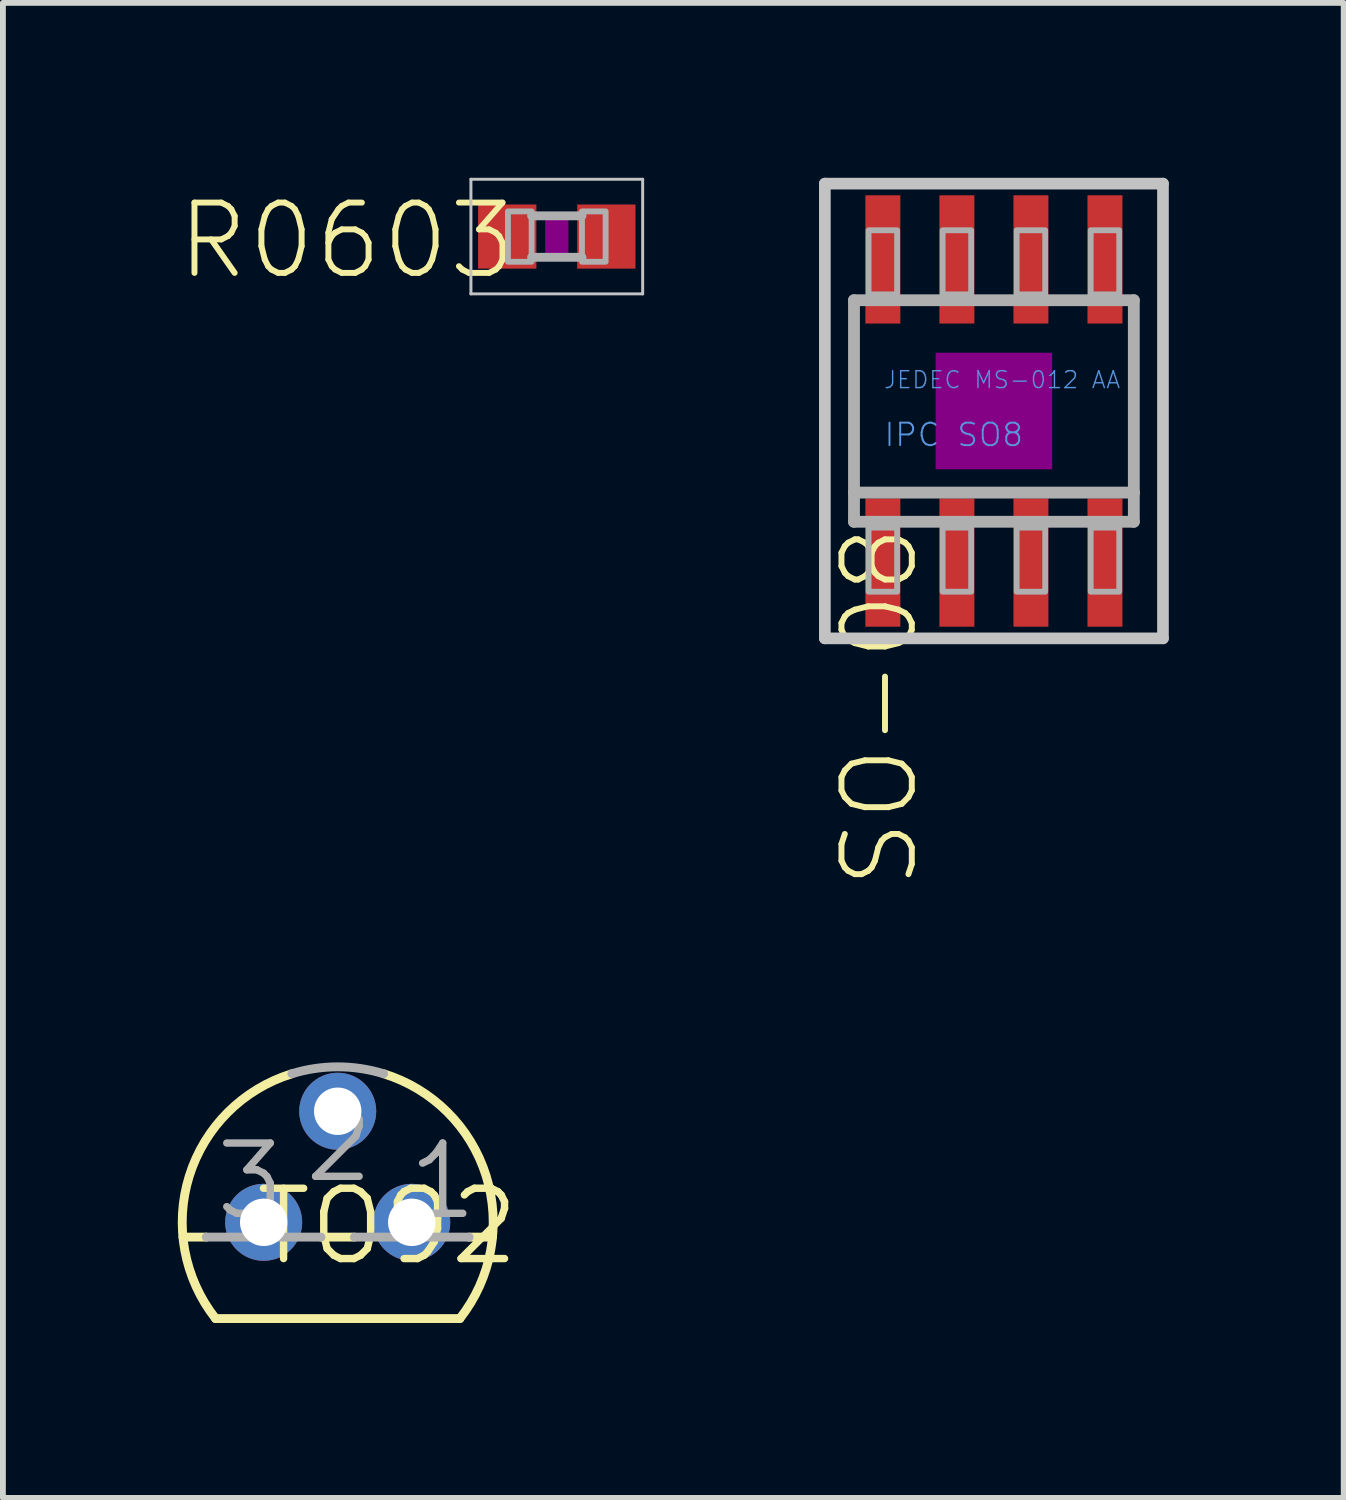
<source format=kicad_pcb>
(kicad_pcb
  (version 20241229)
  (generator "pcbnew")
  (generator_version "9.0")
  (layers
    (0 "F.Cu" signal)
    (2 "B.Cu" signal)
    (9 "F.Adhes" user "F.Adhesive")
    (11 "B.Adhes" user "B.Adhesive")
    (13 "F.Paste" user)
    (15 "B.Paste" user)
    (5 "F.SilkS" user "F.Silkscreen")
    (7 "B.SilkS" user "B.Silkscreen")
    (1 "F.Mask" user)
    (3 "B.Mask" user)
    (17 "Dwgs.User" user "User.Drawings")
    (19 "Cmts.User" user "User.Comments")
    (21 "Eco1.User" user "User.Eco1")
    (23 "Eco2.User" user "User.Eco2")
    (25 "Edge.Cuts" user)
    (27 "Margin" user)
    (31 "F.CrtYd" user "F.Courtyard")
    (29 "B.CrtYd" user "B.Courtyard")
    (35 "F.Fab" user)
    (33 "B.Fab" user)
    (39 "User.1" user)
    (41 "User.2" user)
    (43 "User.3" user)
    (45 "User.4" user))
  (footprint "SO-08"
    (layer "F.Cu")
    (at 13.999 4)
    (property "Reference" "SO-08" (at -2.667 1.905 90) (layer "F.SilkS") (effects (font (size 1.206 1.206) (thickness 0.102)) (justify right top)))
    (attr through_hole)
    (fp_poly (pts (xy -1 1) (xy 1 1) (xy 1 -1) (xy -1 -1)) (stroke (width 0) (type solid)) (fill yes) (layer "F.Adhes"))
    (fp_line (start -2.9 -3.9) (end 2.9 -3.9) (stroke (width 0.2) (type solid)) (layer "Dwgs.User"))
    (fp_line (start -2.9 3.9) (end -2.9 -3.9) (stroke (width 0.2) (type solid)) (layer "Dwgs.User"))
    (fp_line (start 2.9 -3.9) (end 2.9 3.9) (stroke (width 0.2) (type solid)) (layer "Dwgs.User"))
    (fp_line (start 2.9 3.9) (end -2.9 3.9) (stroke (width 0.2) (type solid)) (layer "Dwgs.User"))
    (fp_line (start -2.4 -1.9) (end 2.4 -1.9) (stroke (width 0.203) (type solid)) (layer "F.Fab"))
    (fp_line (start -2.4 1.4) (end -2.4 -1.9) (stroke (width 0.203) (type solid)) (layer "F.Fab"))
    (fp_line (start -2.4 1.9) (end -2.4 1.4) (stroke (width 0.203) (type solid)) (layer "F.Fab"))
    (fp_line (start 2.4 -1.9) (end 2.4 1.4) (stroke (width 0.203) (type solid)) (layer "F.Fab"))
    (fp_line (start 2.4 1.4) (end -2.4 1.4) (stroke (width 0.203) (type solid)) (layer "F.Fab"))
    (fp_line (start 2.4 1.4) (end 2.4 1.9) (stroke (width 0.203) (type solid)) (layer "F.Fab"))
    (fp_line (start 2.4 1.9) (end -2.4 1.9) (stroke (width 0.203) (type solid)) (layer "F.Fab"))
    (fp_poly (pts (xy -2.15 -2) (xy -1.66 -2) (xy -1.66 -3.1) (xy -2.15 -3.1)) (stroke (width 0.1) (type solid)) (fill no) (layer "F.Fab"))
    (fp_poly (pts (xy -2.15 3.1) (xy -1.66 3.1) (xy -1.66 2) (xy -2.15 2)) (stroke (width 0.1) (type solid)) (fill no) (layer "F.Fab"))
    (fp_poly (pts (xy -0.88 -2) (xy -0.39 -2) (xy -0.39 -3.1) (xy -0.88 -3.1)) (stroke (width 0.1) (type solid)) (fill no) (layer "F.Fab"))
    (fp_poly (pts (xy -0.88 3.1) (xy -0.39 3.1) (xy -0.39 2) (xy -0.88 2)) (stroke (width 0.1) (type solid)) (fill no) (layer "F.Fab"))
    (fp_poly (pts (xy 0.39 -2) (xy 0.88 -2) (xy 0.88 -3.1) (xy 0.39 -3.1)) (stroke (width 0.1) (type solid)) (fill no) (layer "F.Fab"))
    (fp_poly (pts (xy 0.39 3.1) (xy 0.88 3.1) (xy 0.88 2) (xy 0.39 2)) (stroke (width 0.1) (type solid)) (fill no) (layer "F.Fab"))
    (fp_poly (pts (xy 1.66 -2) (xy 2.15 -2) (xy 2.15 -3.1) (xy 1.66 -3.1)) (stroke (width 0.1) (type solid)) (fill no) (layer "F.Fab"))
    (fp_poly (pts (xy 1.66 3.1) (xy 2.15 3.1) (xy 2.15 2) (xy 1.66 2)) (stroke (width 0.1) (type solid)) (fill no) (layer "F.Fab"))
    (fp_text user "JEDEC MS-012 AA" (at -1.905 -0.365 0) (layer "Cmts.User") (effects (font (size 0.29 0.29) (thickness 0.024)) (justify left bottom)))
    (fp_text user "IPC SO8" (at -1.905 0.635 0) (layer "Cmts.User") (effects (font (size 0.386 0.386) (thickness 0.033)) (justify left bottom)))
    (pad "1" smd rect (at -1.905 2.6) (size 0.6 2.2) (layers "F.Cu" "F.Mask" "F.Paste"))
    (pad "2" smd rect (at -0.635 2.6) (size 0.6 2.2) (layers "F.Cu" "F.Mask" "F.Paste"))
    (pad "3" smd rect (at 0.635 2.6) (size 0.6 2.2) (layers "F.Cu" "F.Mask" "F.Paste"))
    (pad "4" smd rect (at 1.905 2.6) (size 0.6 2.2) (layers "F.Cu" "F.Mask" "F.Paste"))
    (pad "5" smd rect (at 1.905 -2.6) (size 0.6 2.2) (layers "F.Cu" "F.Mask" "F.Paste"))
    (pad "6" smd rect (at 0.635 -2.6) (size 0.6 2.2) (layers "F.Cu" "F.Mask" "F.Paste"))
    (pad "7" smd rect (at -0.635 -2.6) (size 0.6 2.2) (layers "F.Cu" "F.Mask" "F.Paste"))
    (pad "8" smd rect (at -1.905 -2.6) (size 0.6 2.2) (layers "F.Cu" "F.Mask" "F.Paste")))
  (footprint "TO92"
    (layer "F.Cu")
    (at 2.743 17.917)
    (property "Reference" "TO92" (at 3.175 -0.635 0) (layer "F.SilkS") (effects (font (size 1.206 1.206) (thickness 0.127)) (justify right top)))
    (attr through_hole)
    (fp_line (start -2.655 0.254) (end -2.254 0.254) (stroke (width 0.152) (type solid)) (layer "F.SilkS"))
    (fp_line (start -2.095 1.651) (end 2.095 1.651) (stroke (width 0.152) (type solid)) (layer "F.SilkS"))
    (fp_line (start -0.286 0.254) (end 0.286 0.254) (stroke (width 0.152) (type solid)) (layer "F.SilkS"))
    (fp_line (start 2.254 0.254) (end 2.655 0.254) (stroke (width 0.152) (type solid)) (layer "F.SilkS"))
    (fp_arc (start -2.0946 1.651) (mid -2.54634 -0.793276) (end -0.7863 -2.5485) (stroke (width 0.1524) (type solid)) (layer "F.SilkS"))
    (fp_arc (start 0.7868 -2.5484) (mid 2.546775 -0.793203) (end 2.094999 1.651) (stroke (width 0.1524) (type solid)) (layer "F.SilkS"))
    (fp_line (start -2.254 0.254) (end -0.286 0.254) (stroke (width 0.152) (type solid)) (layer "F.Fab"))
    (fp_line (start 0.286 0.254) (end 2.254 0.254) (stroke (width 0.152) (type solid)) (layer "F.Fab"))
    (fp_arc (start -0.7863 -2.5485) (mid 0 -2.667043) (end 0.7863 -2.5485) (stroke (width 0.1524) (type solid)) (layer "F.Fab"))
    (fp_text user "3" (at -2.159 0 0) (layer "F.Fab") (effects (font (size 1.206 1.206) (thickness 0.127)) (justify left bottom)))
    (fp_text user "1" (at 1.143 0 0) (layer "F.Fab") (effects (font (size 1.206 1.206) (thickness 0.127)) (justify left bottom)))
    (fp_text user "2" (at -0.635 -0.635 0) (layer "F.Fab") (effects (font (size 1.206 1.206) (thickness 0.127)) (justify left bottom)))
    (pad "1" thru_hole circle (at 1.27 0) (size 1.321 1.321) (drill 0.813) (layers "*.Cu" "*.Mask"))
    (pad "2" thru_hole circle (at 0 -1.905) (size 1.321 1.321) (drill 0.813) (layers "*.Cu" "*.Mask"))
    (pad "3" thru_hole circle (at -1.27 0) (size 1.321 1.321) (drill 0.813) (layers "*.Cu" "*.Mask")))
  (footprint "R0603"
    (layer "F.Cu")
    (at 6.501 1.008)
    (property "Reference" "R0603" (at -0.635 -0.635 0) (layer "F.SilkS") (effects (font (size 1.206 1.206) (thickness 0.102)) (justify right top)))
    (attr through_hole)
    (fp_poly (pts (xy -0.2 0.4) (xy 0.2 0.4) (xy 0.2 -0.4) (xy -0.2 -0.4)) (stroke (width 0) (type solid)) (fill yes) (layer "F.Adhes"))
    (fp_line (start -1.473 -0.983) (end 1.473 -0.983) (stroke (width 0.051) (type solid)) (layer "Dwgs.User"))
    (fp_line (start -1.473 0.983) (end -1.473 -0.983) (stroke (width 0.051) (type solid)) (layer "Dwgs.User"))
    (fp_line (start 1.473 -0.983) (end 1.473 0.983) (stroke (width 0.051) (type solid)) (layer "Dwgs.User"))
    (fp_line (start 1.473 0.983) (end -1.473 0.983) (stroke (width 0.051) (type solid)) (layer "Dwgs.User"))
    (fp_line (start -0.432 0.356) (end 0.432 0.356) (stroke (width 0.152) (type solid)) (layer "F.Fab"))
    (fp_line (start 0.432 -0.356) (end -0.432 -0.356) (stroke (width 0.152) (type solid)) (layer "F.Fab"))
    (fp_poly (pts (xy -0.838 0.432) (xy -0.432 0.432) (xy -0.432 -0.432) (xy -0.838 -0.432)) (stroke (width 0.1) (type solid)) (fill no) (layer "F.Fab"))
    (fp_poly (pts (xy 0.432 0.432) (xy 0.838 0.432) (xy 0.838 -0.432) (xy 0.432 -0.432)) (stroke (width 0.1) (type solid)) (fill no) (layer "F.Fab"))
    (pad "1" smd rect (at -0.85 0) (size 1 1.1) (layers "F.Cu" "F.Mask" "F.Paste"))
    (pad "2" smd rect (at 0.85 0) (size 1 1.1) (layers "F.Cu" "F.Mask" "F.Paste")))
  (gr_rect
    (start -3 -3)
    (end 19.999 22.644)
    (stroke (width 0.1) (type default))
    (fill no)
    (layer "Edge.Cuts")))
</source>
